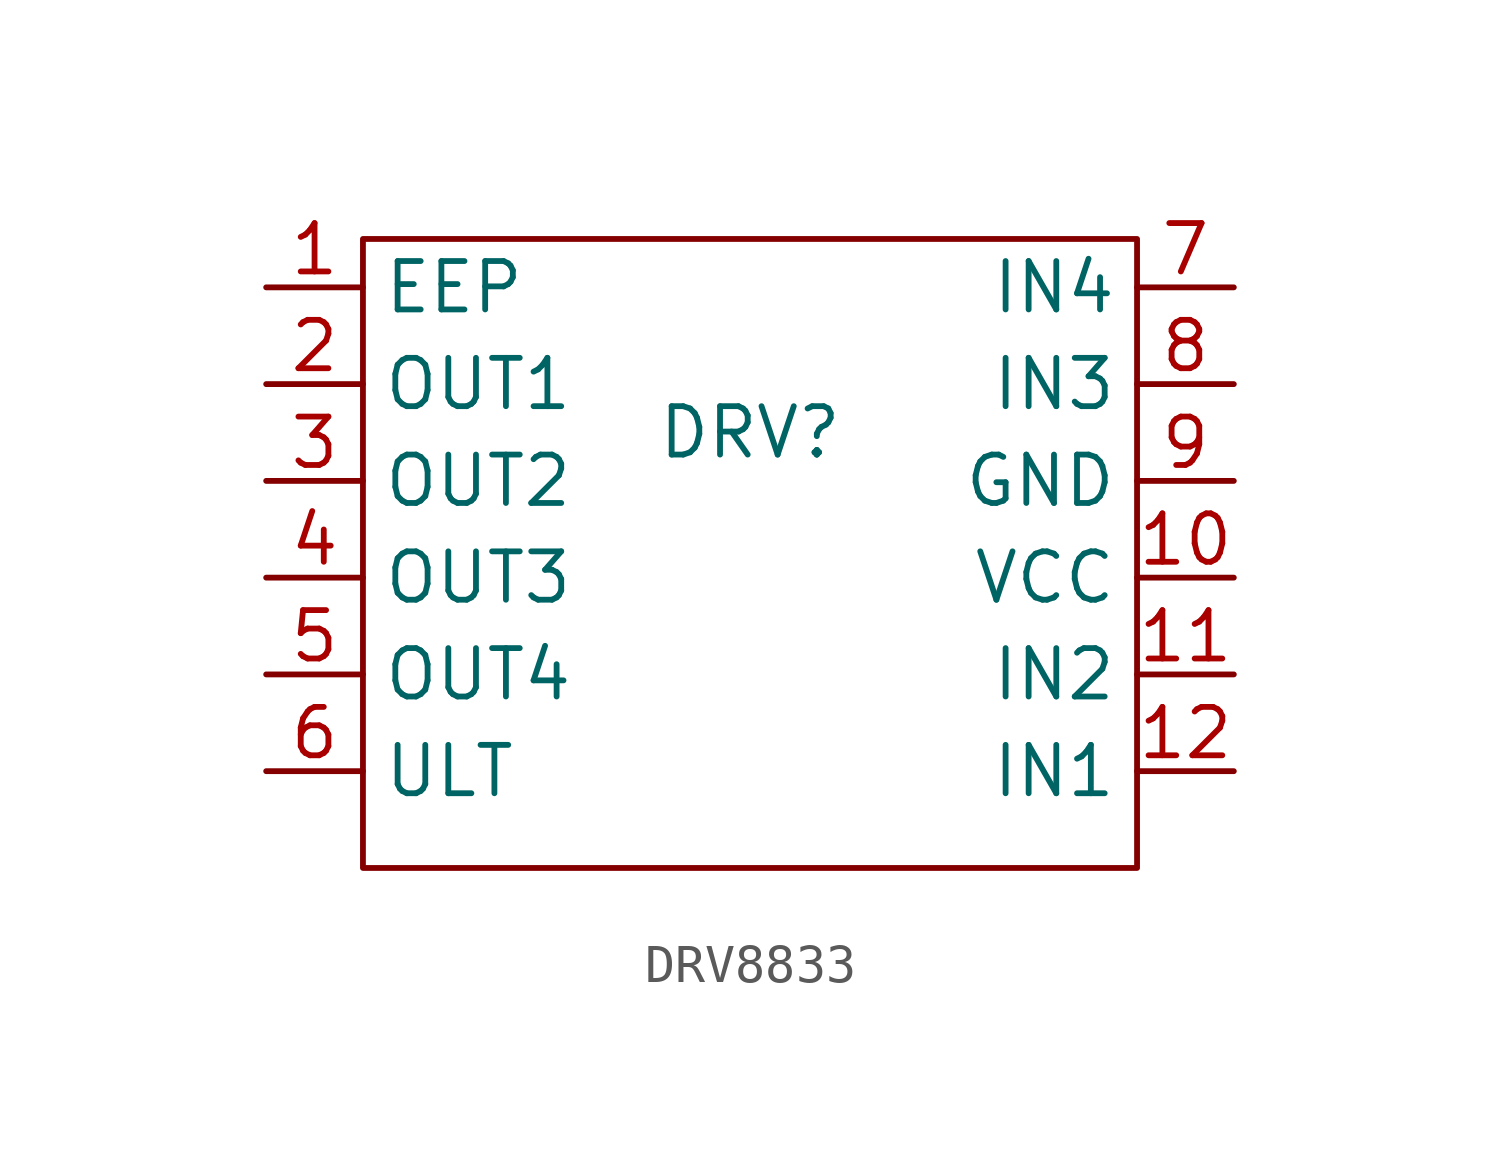
<source format=kicad_sym>
(kicad_symbol_lib
  (version 20241209)
  (generator "kicad_symbol_editor")
  (generator_version "9.0")
  (symbol "DRV8833"
    (property "Reference" "DRV"
      (at 0 0 0)
      (effects (font (size 1.27 1.27))))
    (property "Value" ""
      (at 0 0 0)
      (effects (font (size 1.27 1.27))))
    (symbol "DRV8833_0_1"
      (rectangle (start -10.16 5.08) (end 10.16 -11.43) (stroke (width 0) (type default)) (fill (type none))))
    (symbol "DRV8833_1_1"
      (pin input line (at -12.7 3.81 0) (length 2.54) (name "EEP" (effects (font (size 1.27 1.27)))) (number "1" (effects (font (size 1.27 1.27)))))
      (pin input line (at -12.7 1.27 0) (length 2.54) (name "OUT1" (effects (font (size 1.27 1.27)))) (number "2" (effects (font (size 1.27 1.27)))))
      (pin input line (at -12.7 -1.27 0) (length 2.54) (name "OUT2" (effects (font (size 1.27 1.27)))) (number "3" (effects (font (size 1.27 1.27)))))
      (pin input line (at -12.7 -3.81 0) (length 2.54) (name "OUT3" (effects (font (size 1.27 1.27)))) (number "4" (effects (font (size 1.27 1.27)))))
      (pin input line (at -12.7 -6.35 0) (length 2.54) (name "OUT4" (effects (font (size 1.27 1.27)))) (number "5" (effects (font (size 1.27 1.27)))))
      (pin input line (at -12.7 -8.89 0) (length 2.54) (name "ULT" (effects (font (size 1.27 1.27)))) (number "6" (effects (font (size 1.27 1.27)))))
      (pin input line (at 12.7 3.81 180) (length 2.54) (name "IN4" (effects (font (size 1.27 1.27)))) (number "7" (effects (font (size 1.27 1.27)))))
      (pin input line (at 12.7 1.27 180) (length 2.54) (name "IN3" (effects (font (size 1.27 1.27)))) (number "8" (effects (font (size 1.27 1.27)))))
      (pin input line (at 12.7 -1.27 180) (length 2.54) (name "GND" (effects (font (size 1.27 1.27)))) (number "9" (effects (font (size 1.27 1.27)))))
      (pin input line (at 12.7 -3.81 180) (length 2.54) (name "VCC" (effects (font (size 1.27 1.27)))) (number "10" (effects (font (size 1.27 1.27)))))
      (pin input line (at 12.7 -6.35 180) (length 2.54) (name "IN2" (effects (font (size 1.27 1.27)))) (number "11" (effects (font (size 1.27 1.27)))))
      (pin input line (at 12.7 -8.89 180) (length 2.54) (name "IN1" (effects (font (size 1.27 1.27)))) (number "12" (effects (font (size 1.27 1.27))))))))
</source>
